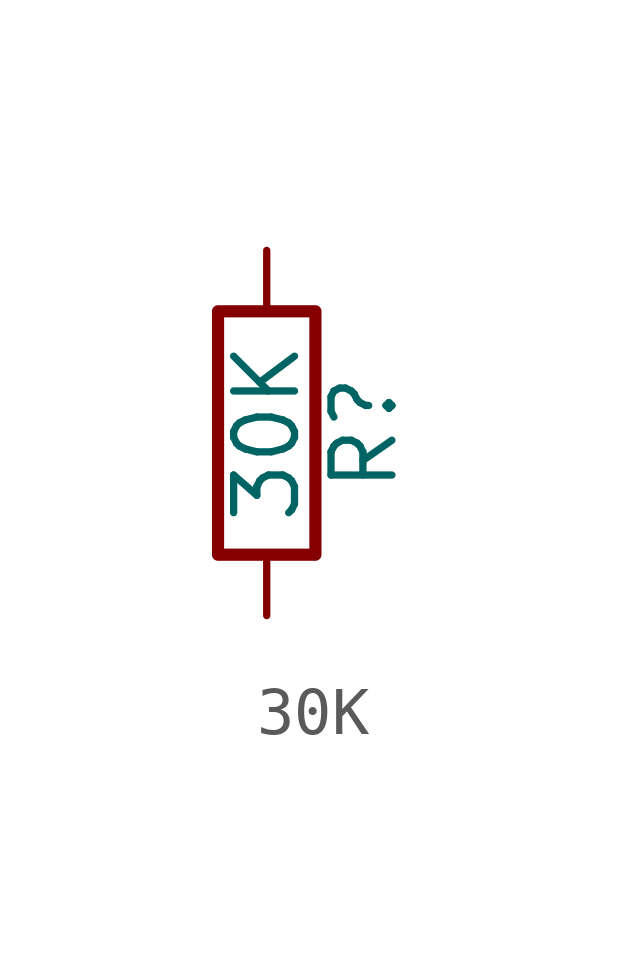
<source format=kicad_sym>
(kicad_symbol_lib
  (version 20220914)
  (generator kicad_db_lib)
  (symbol "30K"
    (pin_numbers hide)
    (pin_names
      (offset 0))
    (property "Reference" "R"
      (at 2.032 0 90)
      (effects (font (size 1.27 1.27))))
    (property "Value" "30K"
      (at 0 0 90)
      (effects (font (size 1.27 1.27))))
    (symbol "30K_0_1"
      (rectangle (start -1.016 -2.54) (end 1.016 2.54) (stroke (width 0.254) (type default)) (fill (type none))))
    (symbol "30K_1_1"
      (pin passive line (at 0 3.81 270) (length 1.27) (name "~" (effects (font (size 1.27 1.27)))) (number "1" (effects (font (size 1.27 1.27)))))
      (pin passive line (at 0 -3.81 90) (length 1.27) (name "~" (effects (font (size 1.27 1.27)))) (number "2" (effects (font (size 1.27 1.27))))))))
</source>
